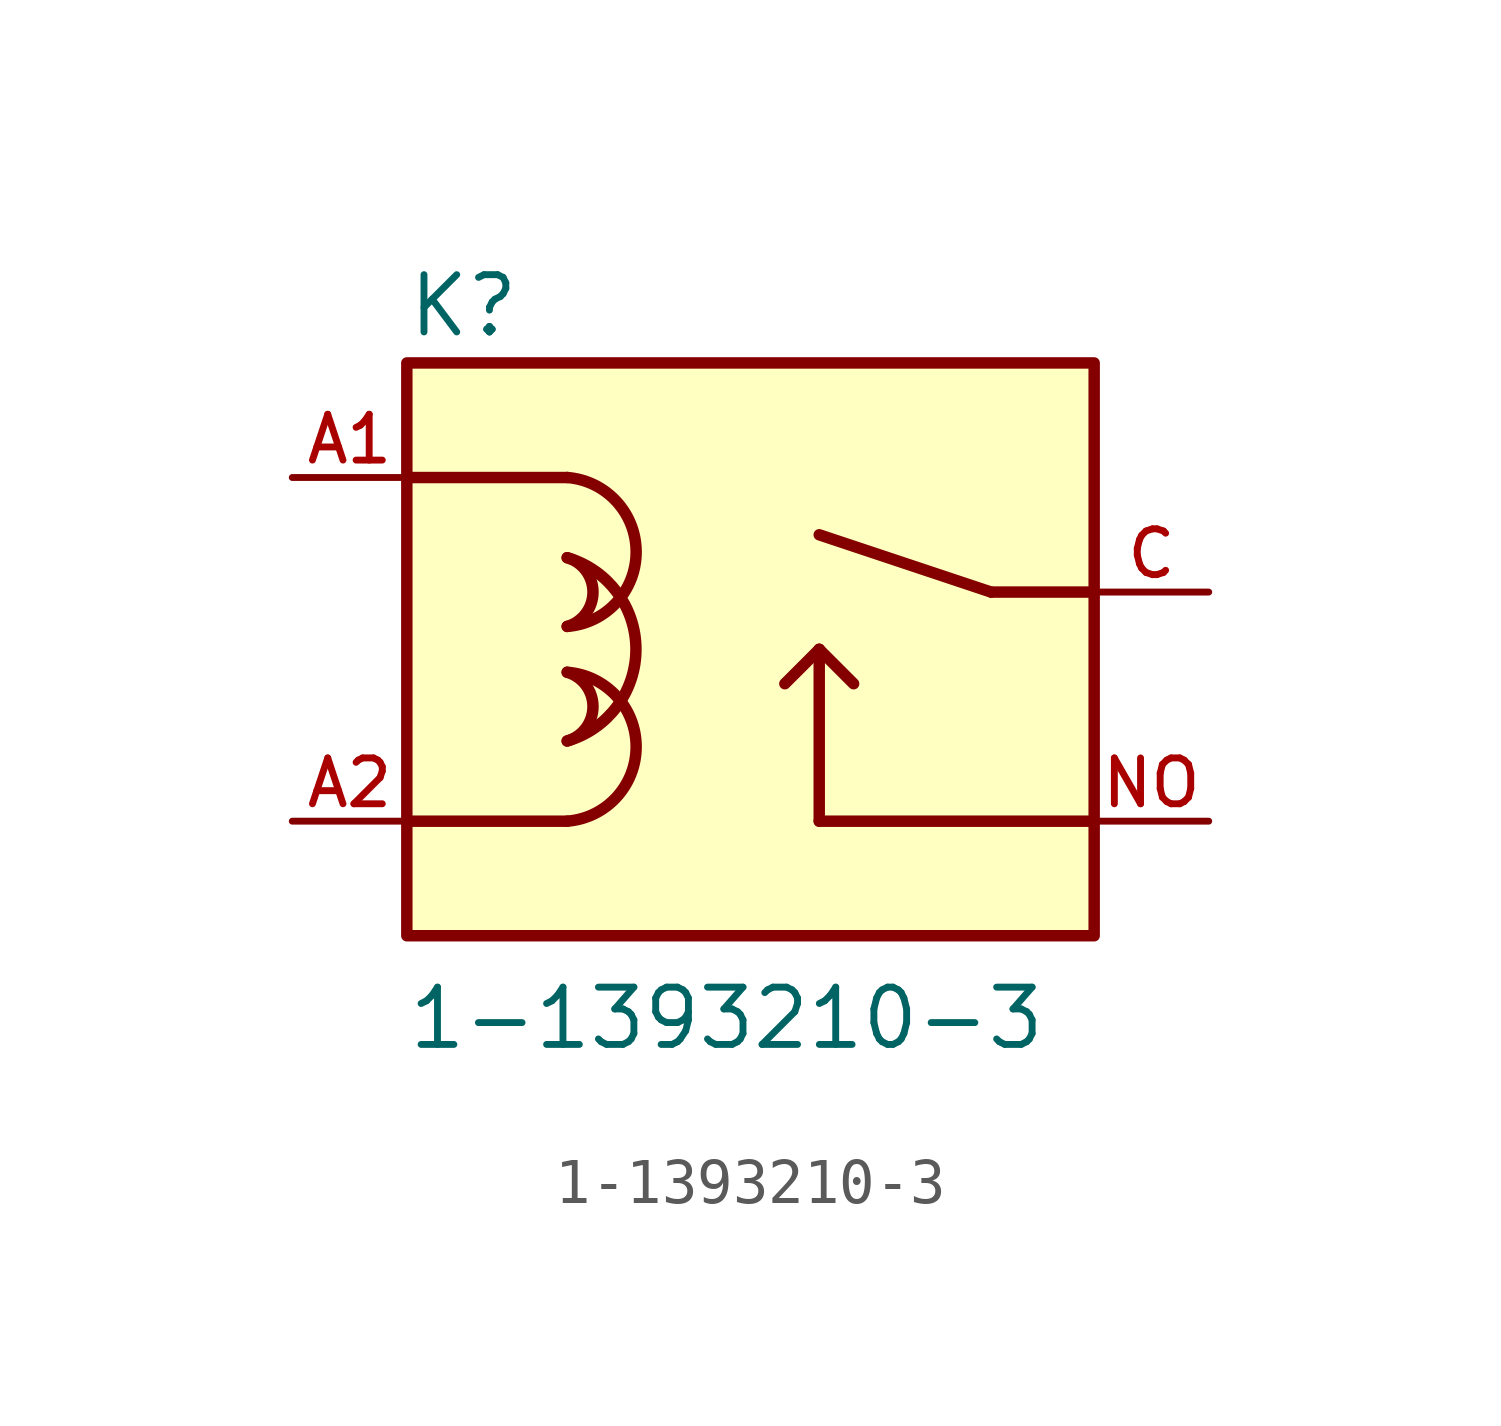
<source format=kicad_sym>
(kicad_symbol_lib
  (version 20211014)
  (generator kicad_symbol_editor)
  (symbol "1-1393210-3"
    (pin_names
      (offset 1.016))
    (property "Reference" "K"
      (at -7.642 5.604 0)
      (effects (font (size 1.27 1.27)) (justify bottom left)))
    (property "Value" "1-1393210-3"
      (at -7.645 -10.193 0)
      (effects (font (size 1.27 1.27)) (justify bottom left)))
    (symbol "1-1393210-3_0_0"
      (arc (start -4.064 2.54) (mid -2.5352 0.9005) (end -4.064 -0.762) (stroke (width 0.254) (type default) (color 0 0 0 0)) (fill (type none)))
      (arc (start -4.064 -0.762) (mid -5.0801 0.0037) (end -4.064 0.762) (stroke (width 0.254) (type default) (color 0 0 0 0)) (fill (type none)))
      (arc (start -4.064 0.762) (mid -2.54 -1.2604) (end -4.064 -3.302) (stroke (width 0.254) (type default) (color 0 0 0 0)) (fill (type none)))
      (arc (start -4.064 -3.302) (mid -5.0801 -2.5363) (end -4.064 -1.778) (stroke (width 0.254) (type default) (color 0 0 0 0)) (fill (type none)))
      (arc (start -4.064 -1.778) (mid -2.5352 -3.4175) (end -4.064 -5.08) (stroke (width 0.254) (type default) (color 0 0 0 0)) (fill (type none)))
      (polyline (pts (xy 7.62 -5.08) (xy 1.524 -5.08)) (stroke (width 0.254)))
      (polyline (pts (xy 1.524 -5.08) (xy 1.524 -1.27)) (stroke (width 0.254)))
      (polyline (pts (xy 7.62 0.0) (xy 5.334 0.0)) (stroke (width 0.254)))
      (polyline (pts (xy 5.334 0.0) (xy 1.524 1.27)) (stroke (width 0.254)))
      (polyline (pts (xy 1.524 -1.27) (xy 2.286 -2.032)) (stroke (width 0.254)))
      (polyline (pts (xy 1.524 -1.27) (xy 0.762 -2.032)) (stroke (width 0.254)))
      (polyline (pts (xy -7.62 2.54) (xy -4.064 2.54)) (stroke (width 0.254)))
      (polyline (pts (xy -7.62 -5.08) (xy -4.064 -5.08)) (stroke (width 0.254)))
      (rectangle (start -7.62 -7.62) (end 7.62 5.08) (stroke (width 0.254)) (fill (type background)))
      (pin passive line (at -10.16 2.54 0) (length 2.54) (name "~" (effects (font (size 1.016 1.016)))) (number "A1" (effects (font (size 1.016 1.016)))))
      (pin passive line (at -10.16 -5.08 0) (length 2.54) (name "~" (effects (font (size 1.016 1.016)))) (number "A2" (effects (font (size 1.016 1.016)))))
      (pin passive line (at 10.16 0.0 180.0) (length 2.54) (name "~" (effects (font (size 1.016 1.016)))) (number "C" (effects (font (size 1.016 1.016)))))
      (pin passive line (at 10.16 -5.08 180.0) (length 2.54) (name "~" (effects (font (size 1.016 1.016)))) (number "NO" (effects (font (size 1.016 1.016))))))))
</source>
